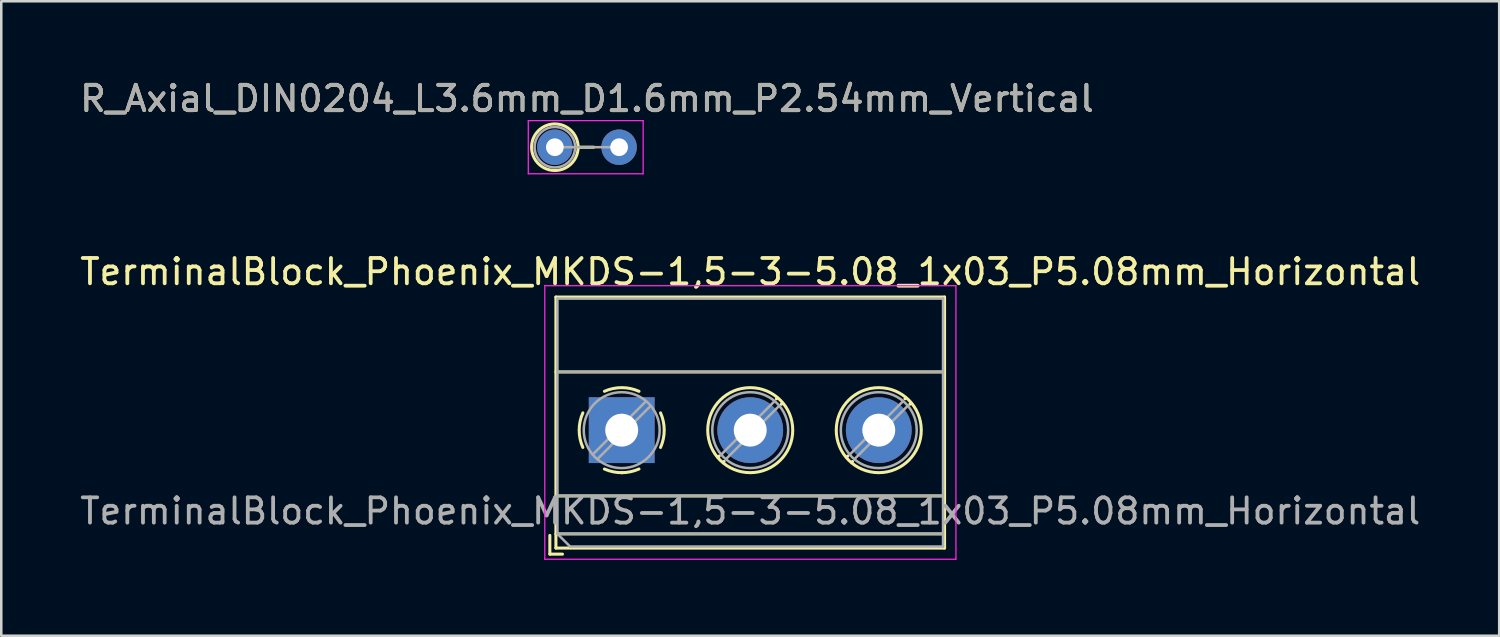
<source format=kicad_pcb>
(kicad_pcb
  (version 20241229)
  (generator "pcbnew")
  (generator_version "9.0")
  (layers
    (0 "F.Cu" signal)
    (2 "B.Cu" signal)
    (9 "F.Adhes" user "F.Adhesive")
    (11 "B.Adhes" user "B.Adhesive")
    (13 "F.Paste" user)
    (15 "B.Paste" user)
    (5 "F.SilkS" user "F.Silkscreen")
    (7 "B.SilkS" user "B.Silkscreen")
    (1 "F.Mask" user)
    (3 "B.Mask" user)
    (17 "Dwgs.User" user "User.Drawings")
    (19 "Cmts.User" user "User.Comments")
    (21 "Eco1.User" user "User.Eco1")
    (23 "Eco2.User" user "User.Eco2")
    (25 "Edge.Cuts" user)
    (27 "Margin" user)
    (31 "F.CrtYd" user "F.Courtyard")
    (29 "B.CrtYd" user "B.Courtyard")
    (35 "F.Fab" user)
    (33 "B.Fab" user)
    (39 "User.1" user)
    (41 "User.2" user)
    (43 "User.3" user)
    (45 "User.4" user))
  (footprint "R_Axial_DIN0204_L3.6mm_D1.6mm_P2.54mm_Vertical"
    (layer "F.Cu")
    (at 18.879 2.768)
    (property "Reference" "R_Axial_DIN0204_L3.6mm_D1.6mm_P2.54mm_Vertical" (at 1.27 -1.92 0) (layer "F.SilkS") (effects (font (size 1 1) (thickness 0.15))))
    (attr through_hole)
    (fp_line (start 0.92 0) (end 1.54 0) (stroke (width 0.12) (type solid)) (layer "F.SilkS"))
    (fp_circle (center 0 0) (end 0.92 0) (stroke (width 0.12) (type solid)) (fill no) (layer "F.SilkS"))
    (fp_line (start -1.05 -1.05) (end -1.05 1.05) (stroke (width 0.05) (type solid)) (layer "F.CrtYd"))
    (fp_line (start -1.05 1.05) (end 3.49 1.05) (stroke (width 0.05) (type solid)) (layer "F.CrtYd"))
    (fp_line (start 3.49 -1.05) (end -1.05 -1.05) (stroke (width 0.05) (type solid)) (layer "F.CrtYd"))
    (fp_line (start 3.49 1.05) (end 3.49 -1.05) (stroke (width 0.05) (type solid)) (layer "F.CrtYd"))
    (fp_line (start 0 0) (end 2.54 0) (stroke (width 0.1) (type solid)) (layer "F.Fab"))
    (fp_circle (center 0 0) (end 0.8 0) (stroke (width 0.1) (type solid)) (fill no) (layer "F.Fab"))
    (fp_text user "${REFERENCE}" (at 1.27 -1.92 0) (layer "F.Fab") (effects (font (size 1 1) (thickness 0.15))))
    (pad "1" thru_hole circle (at 0 0) (size 1.4 1.4) (drill 0.7) (layers "*.Cu" "*.Mask"))
    (pad "2" thru_hole oval (at 2.54 0) (size 1.4 1.4) (drill 0.7) (layers "*.Cu" "*.Mask")))
  (footprint "TerminalBlock_Phoenix_MKDS-1,5-3-5.08_1x03_P5.08mm_Horizontal"
    (layer "F.Cu")
    (at 21.521 13.951)
    (property "Reference" "TerminalBlock_Phoenix_MKDS-1,5-3-5.08_1x03_P5.08mm_Horizontal" (at 5.08 -6.26 0) (layer "F.SilkS") (effects (font (size 1 1) (thickness 0.15))))
    (attr through_hole)
    (fp_line (start -2.84 4.16) (end -2.84 4.9) (stroke (width 0.12) (type solid)) (layer "F.SilkS"))
    (fp_line (start -2.84 4.9) (end -2.34 4.9) (stroke (width 0.12) (type solid)) (layer "F.SilkS"))
    (fp_line (start -2.6 -5.261) (end -2.6 4.66) (stroke (width 0.12) (type solid)) (layer "F.SilkS"))
    (fp_line (start -2.6 -5.261) (end 12.76 -5.261) (stroke (width 0.12) (type solid)) (layer "F.SilkS"))
    (fp_line (start -2.6 -2.301) (end 12.76 -2.301) (stroke (width 0.12) (type solid)) (layer "F.SilkS"))
    (fp_line (start -2.6 2.6) (end 12.76 2.6) (stroke (width 0.12) (type solid)) (layer "F.SilkS"))
    (fp_line (start -2.6 4.1) (end 12.76 4.1) (stroke (width 0.12) (type solid)) (layer "F.SilkS"))
    (fp_line (start -2.6 4.66) (end 12.76 4.66) (stroke (width 0.12) (type solid)) (layer "F.SilkS"))
    (fp_line (start 3.853 1.023) (end 3.806 1.069) (stroke (width 0.12) (type solid)) (layer "F.SilkS"))
    (fp_line (start 4.046 1.239) (end 4.011 1.274) (stroke (width 0.12) (type solid)) (layer "F.SilkS"))
    (fp_line (start 6.15 -1.275) (end 6.115 -1.239) (stroke (width 0.12) (type solid)) (layer "F.SilkS"))
    (fp_line (start 6.355 -1.069) (end 6.308 -1.023) (stroke (width 0.12) (type solid)) (layer "F.SilkS"))
    (fp_line (start 8.933 1.023) (end 8.886 1.069) (stroke (width 0.12) (type solid)) (layer "F.SilkS"))
    (fp_line (start 9.126 1.239) (end 9.091 1.274) (stroke (width 0.12) (type solid)) (layer "F.SilkS"))
    (fp_line (start 11.23 -1.275) (end 11.195 -1.239) (stroke (width 0.12) (type solid)) (layer "F.SilkS"))
    (fp_line (start 11.435 -1.069) (end 11.388 -1.023) (stroke (width 0.12) (type solid)) (layer "F.SilkS"))
    (fp_line (start 12.76 -5.261) (end 12.76 4.66) (stroke (width 0.12) (type solid)) (layer "F.SilkS"))
    (fp_arc (start -1.535427 0.683042) (mid -1.680501 -0.000524) (end -1.535 -0.684) (stroke (width 0.12) (type solid)) (layer "F.SilkS"))
    (fp_arc (start -0.683042 -1.535427) (mid 0.000524 -1.680501) (end 0.684 -1.535) (stroke (width 0.12) (type solid)) (layer "F.SilkS"))
    (fp_arc (start 0.028805 1.680253) (mid -0.335551 1.646659) (end -0.684 1.535) (stroke (width 0.12) (type solid)) (layer "F.SilkS"))
    (fp_arc (start 0.683318 1.534756) (mid 0.349292 1.643288) (end 0 1.68) (stroke (width 0.12) (type solid)) (layer "F.SilkS"))
    (fp_arc (start 1.535427 -0.683042) (mid 1.680501 0.000524) (end 1.535 0.684) (stroke (width 0.12) (type solid)) (layer "F.SilkS"))
    (fp_circle (center 5.08 0) (end 6.76 0) (stroke (width 0.12) (type solid)) (fill no) (layer "F.SilkS"))
    (fp_circle (center 10.16 0) (end 11.84 0) (stroke (width 0.12) (type solid)) (fill no) (layer "F.SilkS"))
    (fp_line (start -3.04 -5.71) (end -3.04 5.1) (stroke (width 0.05) (type solid)) (layer "F.CrtYd"))
    (fp_line (start -3.04 5.1) (end 13.21 5.1) (stroke (width 0.05) (type solid)) (layer "F.CrtYd"))
    (fp_line (start 13.21 -5.71) (end -3.04 -5.71) (stroke (width 0.05) (type solid)) (layer "F.CrtYd"))
    (fp_line (start 13.21 5.1) (end 13.21 -5.71) (stroke (width 0.05) (type solid)) (layer "F.CrtYd"))
    (fp_line (start -2.54 -5.2) (end 12.7 -5.2) (stroke (width 0.1) (type solid)) (layer "F.Fab"))
    (fp_line (start -2.54 -2.3) (end 12.7 -2.3) (stroke (width 0.1) (type solid)) (layer "F.Fab"))
    (fp_line (start -2.54 2.6) (end 12.7 2.6) (stroke (width 0.1) (type solid)) (layer "F.Fab"))
    (fp_line (start -2.54 4.1) (end -2.54 -5.2) (stroke (width 0.1) (type solid)) (layer "F.Fab"))
    (fp_line (start -2.54 4.1) (end 12.7 4.1) (stroke (width 0.1) (type solid)) (layer "F.Fab"))
    (fp_line (start -2.04 4.6) (end -2.54 4.1) (stroke (width 0.1) (type solid)) (layer "F.Fab"))
    (fp_line (start 0.955 -1.138) (end -1.138 0.955) (stroke (width 0.1) (type solid)) (layer "F.Fab"))
    (fp_line (start 1.138 -0.955) (end -0.955 1.138) (stroke (width 0.1) (type solid)) (layer "F.Fab"))
    (fp_line (start 6.035 -1.138) (end 3.943 0.955) (stroke (width 0.1) (type solid)) (layer "F.Fab"))
    (fp_line (start 6.218 -0.955) (end 4.126 1.138) (stroke (width 0.1) (type solid)) (layer "F.Fab"))
    (fp_line (start 11.115 -1.138) (end 9.023 0.955) (stroke (width 0.1) (type solid)) (layer "F.Fab"))
    (fp_line (start 11.298 -0.955) (end 9.206 1.138) (stroke (width 0.1) (type solid)) (layer "F.Fab"))
    (fp_line (start 12.7 -5.2) (end 12.7 4.6) (stroke (width 0.1) (type solid)) (layer "F.Fab"))
    (fp_line (start 12.7 4.6) (end -2.04 4.6) (stroke (width 0.1) (type solid)) (layer "F.Fab"))
    (fp_circle (center 0 0) (end 1.5 0) (stroke (width 0.1) (type solid)) (fill no) (layer "F.Fab"))
    (fp_circle (center 5.08 0) (end 6.58 0) (stroke (width 0.1) (type solid)) (fill no) (layer "F.Fab"))
    (fp_circle (center 10.16 0) (end 11.66 0) (stroke (width 0.1) (type solid)) (fill no) (layer "F.Fab"))
    (fp_text user "${REFERENCE}" (at 5.08 3.2 0) (layer "F.Fab") (effects (font (size 1 1) (thickness 0.15))))
    (pad "1" thru_hole rect (at 0 0) (size 2.6 2.6) (drill 1.3) (layers "*.Cu" "*.Mask"))
    (pad "2" thru_hole circle (at 5.08 0) (size 2.6 2.6) (drill 1.3) (layers "*.Cu" "*.Mask"))
    (pad "3" thru_hole circle (at 10.16 0) (size 2.6 2.6) (drill 1.3) (layers "*.Cu" "*.Mask")))
  (gr_rect
    (start -3 -3)
    (end 56.202 22.076)
    (stroke (width 0.1) (type default))
    (fill no)
    (layer "Edge.Cuts")))
</source>
